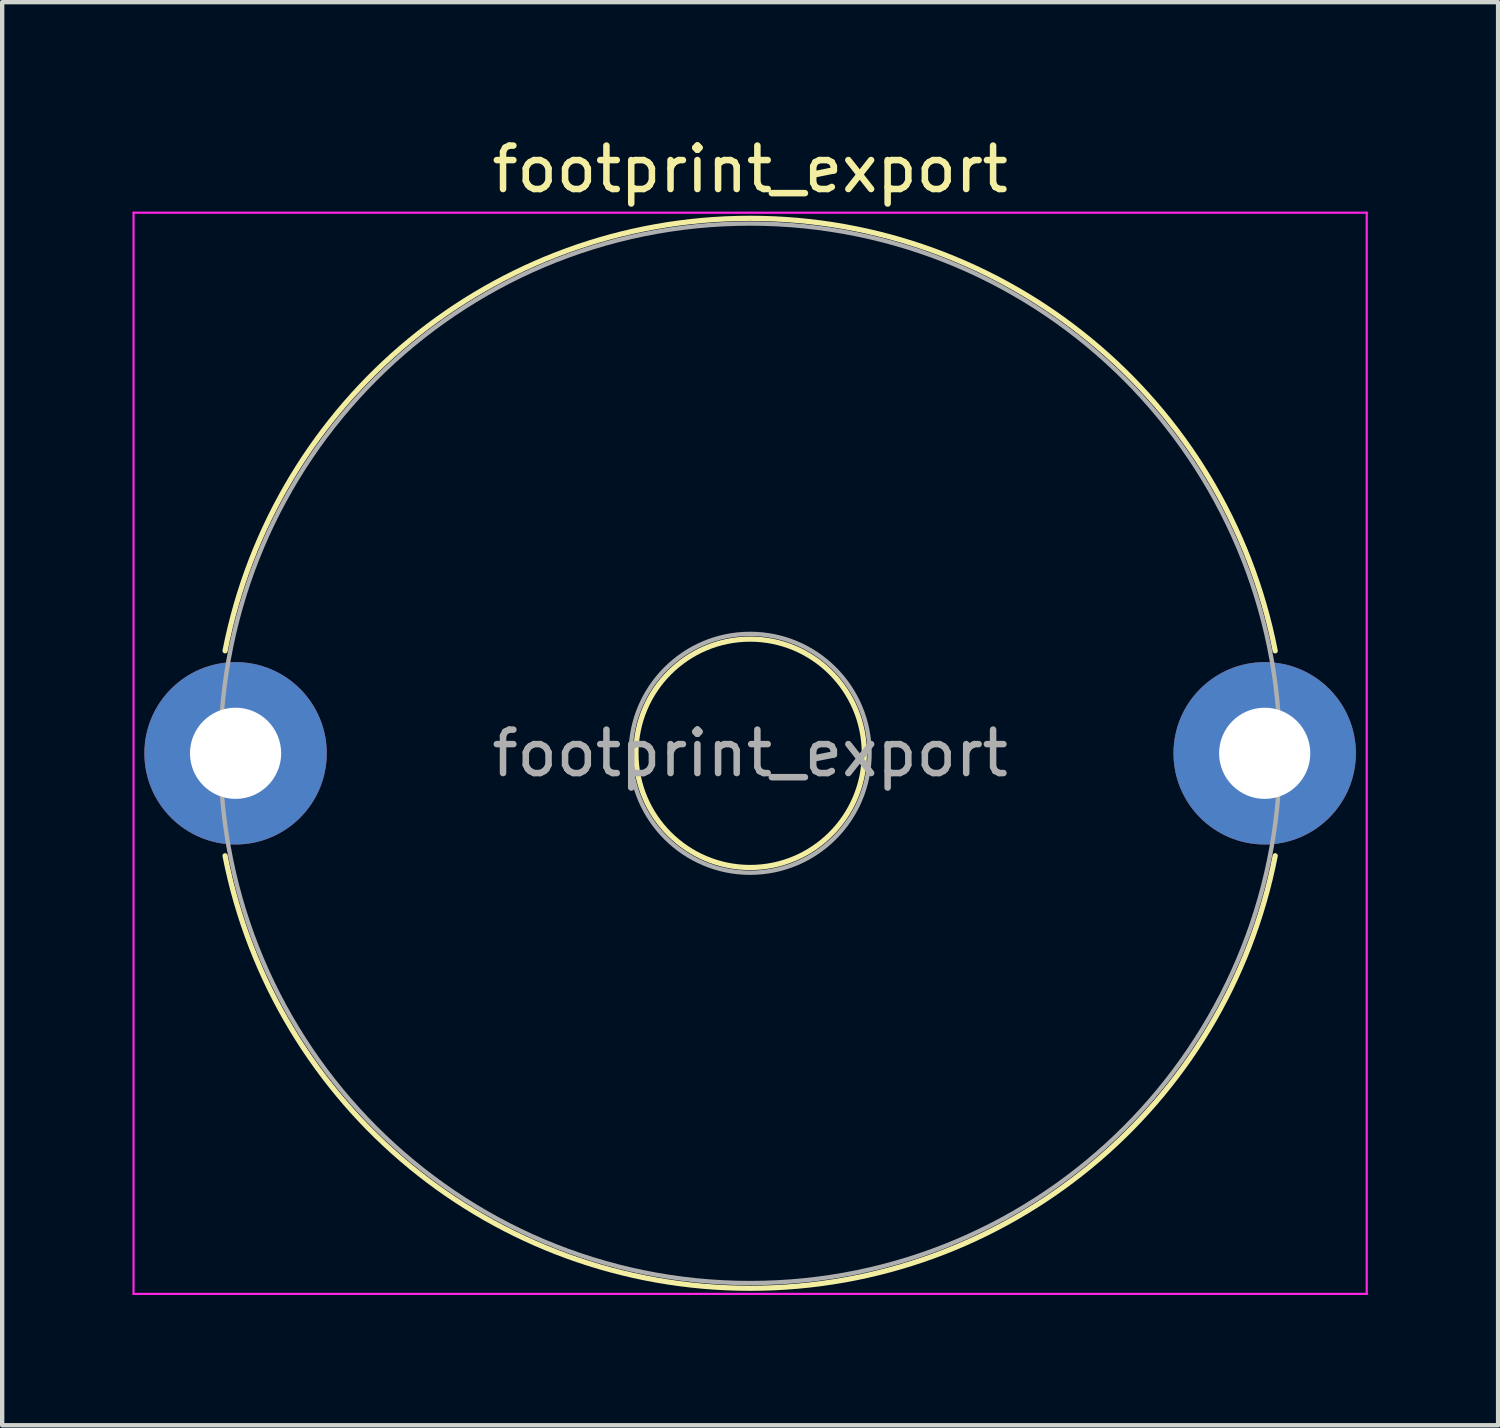
<source format=kicad_pcb>
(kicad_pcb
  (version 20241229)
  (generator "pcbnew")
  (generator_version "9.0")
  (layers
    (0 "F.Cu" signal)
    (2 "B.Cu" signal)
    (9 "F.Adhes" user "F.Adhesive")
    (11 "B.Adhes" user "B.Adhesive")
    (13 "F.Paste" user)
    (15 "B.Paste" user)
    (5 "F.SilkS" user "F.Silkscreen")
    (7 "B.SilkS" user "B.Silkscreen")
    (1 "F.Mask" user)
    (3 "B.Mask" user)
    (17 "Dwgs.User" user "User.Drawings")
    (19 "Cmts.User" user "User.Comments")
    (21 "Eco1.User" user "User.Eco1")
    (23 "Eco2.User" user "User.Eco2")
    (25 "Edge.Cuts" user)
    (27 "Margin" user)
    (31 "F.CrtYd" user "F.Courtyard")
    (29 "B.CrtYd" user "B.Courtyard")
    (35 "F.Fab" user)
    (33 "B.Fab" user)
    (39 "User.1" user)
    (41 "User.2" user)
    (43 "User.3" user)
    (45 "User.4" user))
  (footprint "footprint_export"
    (layer "F.Cu")
    (at 2.375 14.298)
    (property "Reference" "footprint_export" (at 11.85 -13.45 0) (layer "F.SilkS") (effects (font (size 1 1) (thickness 0.15))))
    (attr through_hole)
    (fp_arc (start -0.241848 -2.36) (mid 11.85 -12.32) (end 23.941848 -2.36) (stroke (width 0.12) (type solid)) (layer "F.SilkS"))
    (fp_arc (start 23.941848 2.36) (mid 11.85 12.32) (end -0.241848 2.36) (stroke (width 0.12) (type solid)) (layer "F.SilkS"))
    (fp_circle (center 11.85 0) (end 14.48 0) (stroke (width 0.12) (type solid)) (fill no) (layer "F.SilkS"))
    (fp_line (start -2.35 -12.45) (end -2.35 12.45) (stroke (width 0.05) (type solid)) (layer "F.CrtYd"))
    (fp_line (start -2.35 12.45) (end 26.05 12.45) (stroke (width 0.05) (type solid)) (layer "F.CrtYd"))
    (fp_line (start 26.05 -12.45) (end -2.35 -12.45) (stroke (width 0.05) (type solid)) (layer "F.CrtYd"))
    (fp_line (start 26.05 12.45) (end 26.05 -12.45) (stroke (width 0.05) (type solid)) (layer "F.CrtYd"))
    (fp_circle (center 11.85 0) (end 14.6 0) (stroke (width 0.1) (type solid)) (fill no) (layer "F.Fab"))
    (fp_circle (center 11.85 0) (end 24.05 0) (stroke (width 0.1) (type solid)) (fill no) (layer "F.Fab"))
    (fp_text user "${REFERENCE}" (at 11.85 0 0) (layer "F.Fab") (effects (font (size 1 1) (thickness 0.15))))
    (pad "1" thru_hole circle (at 0 0) (size 4.2 4.2) (drill 2.1) (layers "*.Cu" "*.Mask"))
    (pad "2" thru_hole circle (at 23.7 0) (size 4.2 4.2) (drill 2.1) (layers "*.Cu" "*.Mask")))
  (gr_rect
    (start -3 -3)
    (end 31.45 29.773)
    (stroke (width 0.1) (type default))
    (fill no)
    (layer "Edge.Cuts")))
</source>
